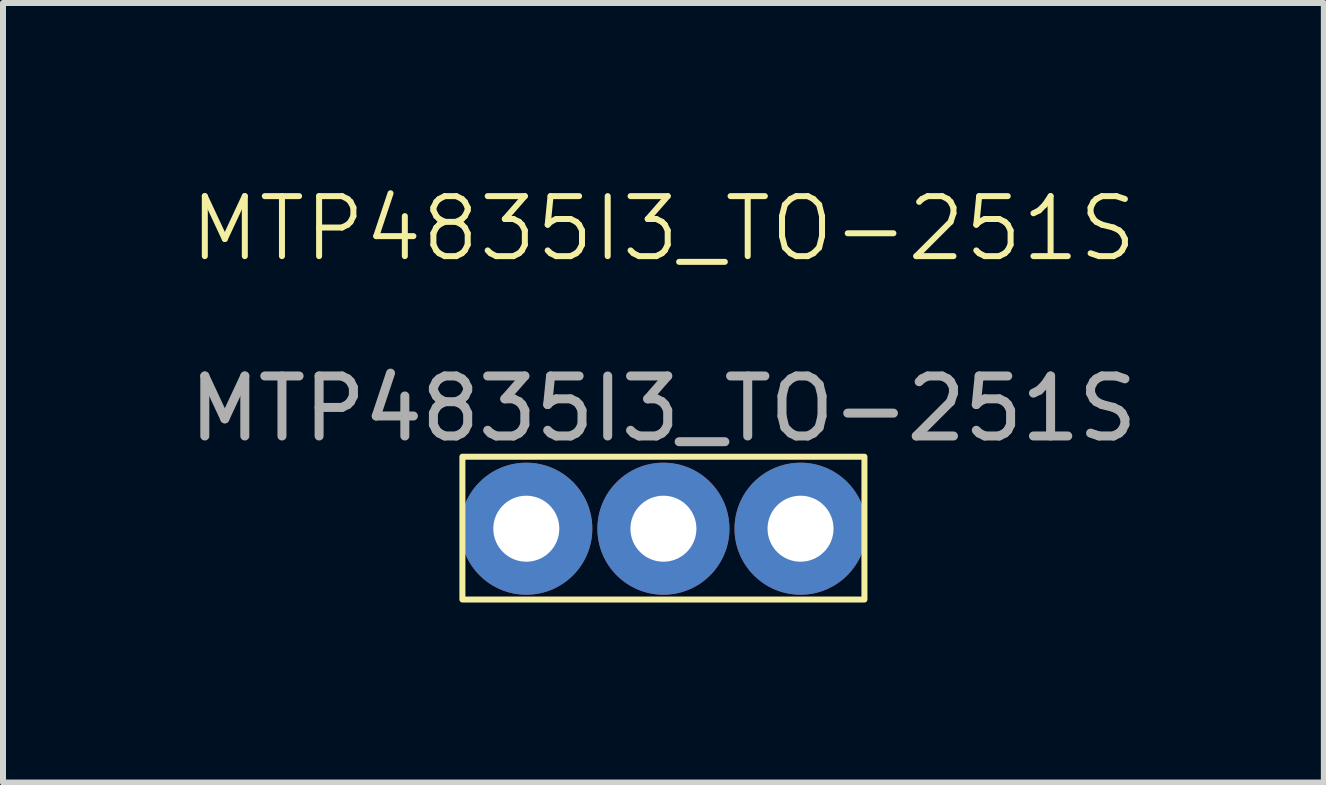
<source format=kicad_pcb>
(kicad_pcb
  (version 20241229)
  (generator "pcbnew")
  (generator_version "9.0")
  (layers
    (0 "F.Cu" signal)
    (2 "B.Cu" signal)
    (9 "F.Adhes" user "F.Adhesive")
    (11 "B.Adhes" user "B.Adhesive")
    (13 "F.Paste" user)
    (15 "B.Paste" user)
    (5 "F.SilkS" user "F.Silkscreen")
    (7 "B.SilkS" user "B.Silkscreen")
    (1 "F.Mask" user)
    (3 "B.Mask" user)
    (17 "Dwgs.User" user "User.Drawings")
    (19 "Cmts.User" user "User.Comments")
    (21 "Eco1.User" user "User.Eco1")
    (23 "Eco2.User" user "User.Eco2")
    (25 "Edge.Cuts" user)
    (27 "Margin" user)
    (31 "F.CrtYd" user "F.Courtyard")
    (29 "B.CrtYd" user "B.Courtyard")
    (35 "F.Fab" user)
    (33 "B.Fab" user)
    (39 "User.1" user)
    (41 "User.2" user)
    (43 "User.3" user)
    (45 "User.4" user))
  (footprint "MTP4835I3_TO-251S"
    (layer "F.Cu")
    (at 8.006 5.761)
    (property "Reference" "MTP4835I3_TO-251S" (at 0 -5 0) (unlocked yes) (layer "F.SilkS") (effects (font (size 1 1) (thickness 0.1))))
    (attr through_hole)
    (fp_rect (start -3.35 -1.2) (end 3.35 1.18) (stroke (width 0.1) (type default)) (fill no) (layer "F.SilkS"))
    (fp_text user "${REFERENCE}" (at 0 -2 0) (unlocked yes) (layer "F.Fab") (effects (font (size 1 1) (thickness 0.15))))
    (pad "1" thru_hole circle (at -2.285 0) (size 2.2 2.2) (drill 1.1) (layers "*.Cu" "*.Mask"))
    (pad "2" thru_hole circle (at 0 0) (size 2.2 2.2) (drill 1.1) (layers "*.Cu" "*.Mask"))
    (pad "3" thru_hole circle (at 2.285 0) (size 2.2 2.2) (drill 1.1) (layers "*.Cu" "*.Mask")))
  (gr_rect
    (start -3 -3)
    (end 19.012 9.991)
    (stroke (width 0.1) (type default))
    (fill no)
    (layer "Edge.Cuts")))
</source>
